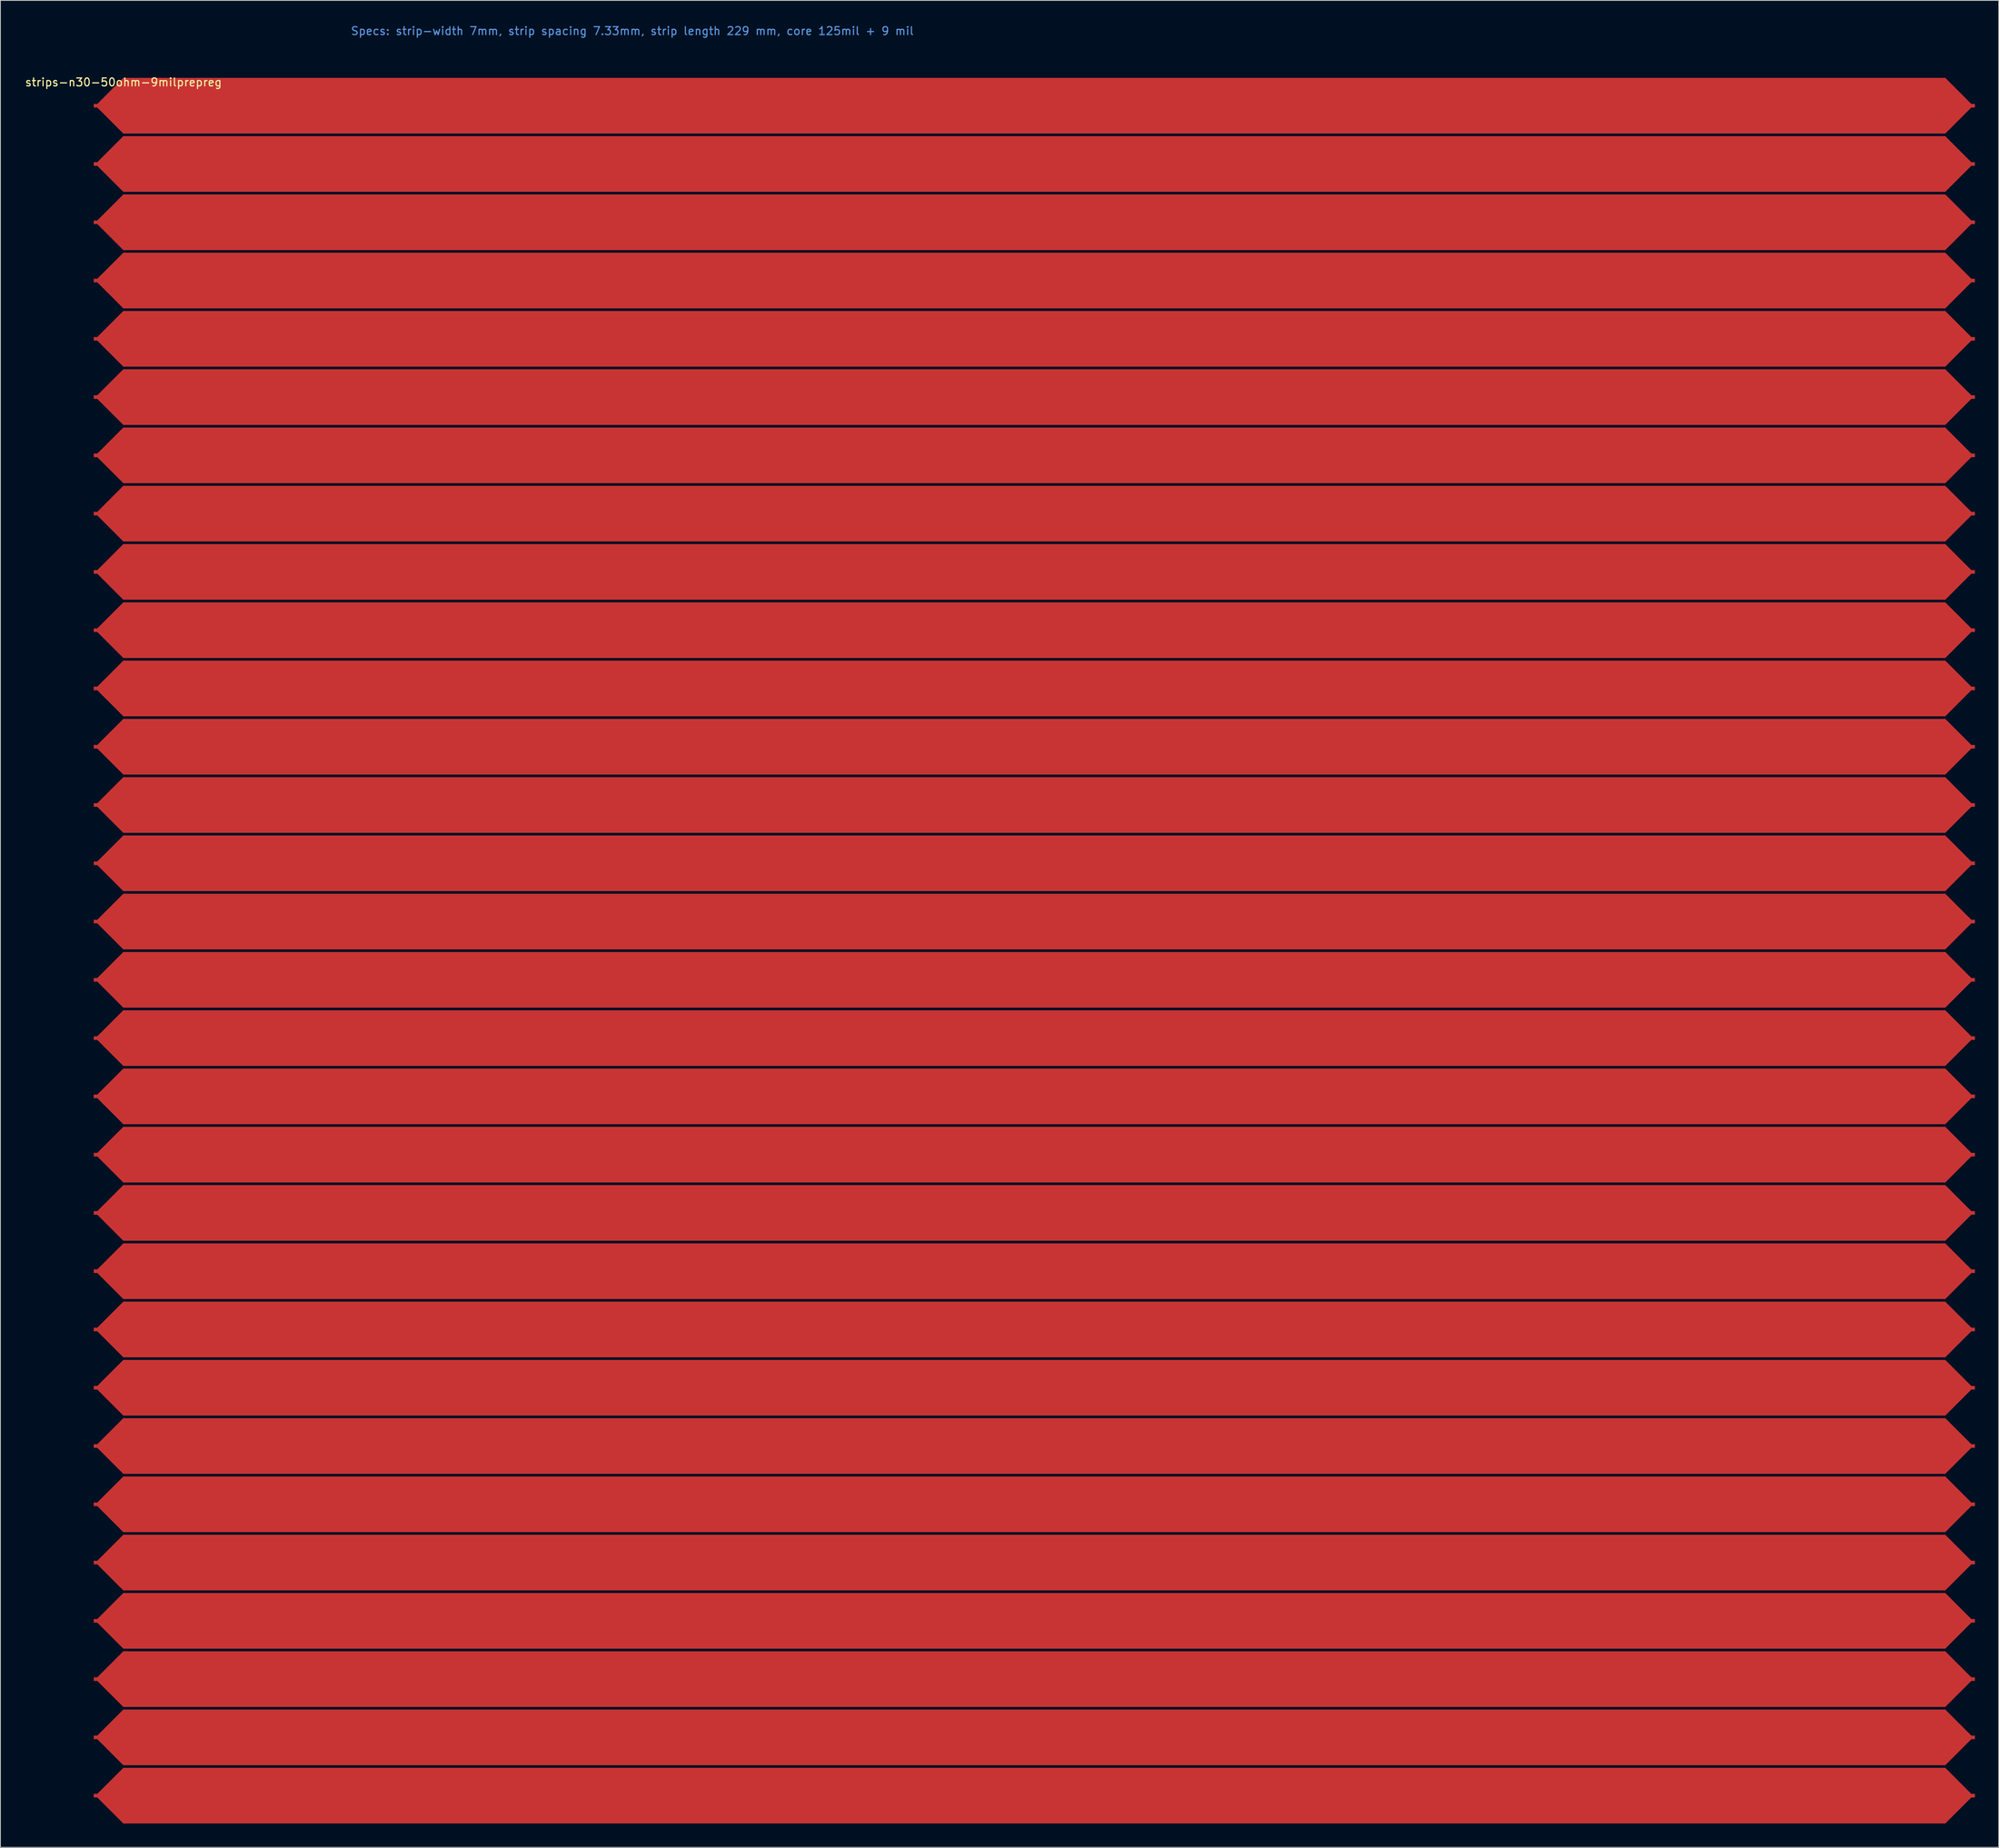
<source format=kicad_pcb>
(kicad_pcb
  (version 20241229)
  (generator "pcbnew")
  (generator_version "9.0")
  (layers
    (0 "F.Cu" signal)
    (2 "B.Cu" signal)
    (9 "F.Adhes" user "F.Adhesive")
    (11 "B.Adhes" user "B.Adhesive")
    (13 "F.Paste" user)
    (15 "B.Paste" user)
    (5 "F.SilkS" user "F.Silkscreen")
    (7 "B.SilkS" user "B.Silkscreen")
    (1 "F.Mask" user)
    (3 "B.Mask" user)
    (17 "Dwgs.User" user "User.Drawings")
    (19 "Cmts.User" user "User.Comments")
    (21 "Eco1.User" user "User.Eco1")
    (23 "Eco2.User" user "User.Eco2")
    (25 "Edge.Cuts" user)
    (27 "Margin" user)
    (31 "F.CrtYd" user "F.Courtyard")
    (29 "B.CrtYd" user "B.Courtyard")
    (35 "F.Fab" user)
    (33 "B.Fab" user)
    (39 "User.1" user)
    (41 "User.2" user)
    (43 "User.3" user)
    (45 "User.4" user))
  (footprint "strips-n30-50ohm-9milprepreg"
    (layer "F.Cu")
    (at 12.482 6.798)
    (property "Reference" "strips-n30-50ohm-9milprepreg" (at 0 0.5 0) (layer "F.SilkS") (effects (font (size 1 1) (thickness 0.15))))
    (attr through_hole)
    (fp_poly (pts (xy 0 0) (xy -3.45 3.45) (xy 0 6.9)) (stroke (width 0.1) (type solid)) (fill yes) (layer "F.Cu"))
    (fp_poly (pts (xy 0 7.33) (xy -3.45 10.78) (xy 0 14.23)) (stroke (width 0.1) (type solid)) (fill yes) (layer "F.Cu"))
    (fp_poly (pts (xy 0 14.66) (xy -3.45 18.11) (xy 0 21.56)) (stroke (width 0.1) (type solid)) (fill yes) (layer "F.Cu"))
    (fp_poly (pts (xy 0 21.99) (xy -3.45 25.44) (xy 0 28.89)) (stroke (width 0.1) (type solid)) (fill yes) (layer "F.Cu"))
    (fp_poly (pts (xy 0 29.32) (xy -3.45 32.77) (xy 0 36.22)) (stroke (width 0.1) (type solid)) (fill yes) (layer "F.Cu"))
    (fp_poly (pts (xy 0 36.65) (xy -3.45 40.1) (xy 0 43.55)) (stroke (width 0.1) (type solid)) (fill yes) (layer "F.Cu"))
    (fp_poly (pts (xy 0 43.98) (xy -3.45 47.43) (xy 0 50.88)) (stroke (width 0.1) (type solid)) (fill yes) (layer "F.Cu"))
    (fp_poly (pts (xy 0 51.31) (xy -3.45 54.76) (xy 0 58.21)) (stroke (width 0.1) (type solid)) (fill yes) (layer "F.Cu"))
    (fp_poly (pts (xy 0 58.64) (xy -3.45 62.09) (xy 0 65.54)) (stroke (width 0.1) (type solid)) (fill yes) (layer "F.Cu"))
    (fp_poly (pts (xy 0 65.97) (xy -3.45 69.42) (xy 0 72.87)) (stroke (width 0.1) (type solid)) (fill yes) (layer "F.Cu"))
    (fp_poly (pts (xy 0 73.3) (xy -3.45 76.75) (xy 0 80.2)) (stroke (width 0.1) (type solid)) (fill yes) (layer "F.Cu"))
    (fp_poly (pts (xy 0 80.63) (xy -3.45 84.08) (xy 0 87.53)) (stroke (width 0.1) (type solid)) (fill yes) (layer "F.Cu"))
    (fp_poly (pts (xy 0 87.96) (xy -3.45 91.41) (xy 0 94.86)) (stroke (width 0.1) (type solid)) (fill yes) (layer "F.Cu"))
    (fp_poly (pts (xy 0 95.29) (xy -3.45 98.74) (xy 0 102.19)) (stroke (width 0.1) (type solid)) (fill yes) (layer "F.Cu"))
    (fp_poly (pts (xy 0 102.62) (xy -3.45 106.07) (xy 0 109.52)) (stroke (width 0.1) (type solid)) (fill yes) (layer "F.Cu"))
    (fp_poly (pts (xy 0 109.95) (xy -3.45 113.4) (xy 0 116.85)) (stroke (width 0.1) (type solid)) (fill yes) (layer "F.Cu"))
    (fp_poly (pts (xy 0 117.28) (xy -3.45 120.73) (xy 0 124.18)) (stroke (width 0.1) (type solid)) (fill yes) (layer "F.Cu"))
    (fp_poly (pts (xy 0 124.61) (xy -3.45 128.06) (xy 0 131.51)) (stroke (width 0.1) (type solid)) (fill yes) (layer "F.Cu"))
    (fp_poly (pts (xy 0 131.94) (xy -3.45 135.39) (xy 0 138.84)) (stroke (width 0.1) (type solid)) (fill yes) (layer "F.Cu"))
    (fp_poly (pts (xy 0 139.27) (xy -3.45 142.72) (xy 0 146.17)) (stroke (width 0.1) (type solid)) (fill yes) (layer "F.Cu"))
    (fp_poly (pts (xy 0 146.6) (xy -3.45 150.05) (xy 0 153.5)) (stroke (width 0.1) (type solid)) (fill yes) (layer "F.Cu"))
    (fp_poly (pts (xy 0 153.93) (xy -3.45 157.38) (xy 0 160.83)) (stroke (width 0.1) (type solid)) (fill yes) (layer "F.Cu"))
    (fp_poly (pts (xy 0 161.26) (xy -3.45 164.71) (xy 0 168.16)) (stroke (width 0.1) (type solid)) (fill yes) (layer "F.Cu"))
    (fp_poly (pts (xy 0 168.59) (xy -3.45 172.04) (xy 0 175.49)) (stroke (width 0.1) (type solid)) (fill yes) (layer "F.Cu"))
    (fp_poly (pts (xy 0 175.92) (xy -3.45 179.37) (xy 0 182.82)) (stroke (width 0.1) (type solid)) (fill yes) (layer "F.Cu"))
    (fp_poly (pts (xy 0 183.25) (xy -3.45 186.7) (xy 0 190.15)) (stroke (width 0.1) (type solid)) (fill yes) (layer "F.Cu"))
    (fp_poly (pts (xy 0 190.58) (xy -3.45 194.03) (xy 0 197.48)) (stroke (width 0.1) (type solid)) (fill yes) (layer "F.Cu"))
    (fp_poly (pts (xy 0 197.91) (xy -3.45 201.36) (xy 0 204.81)) (stroke (width 0.1) (type solid)) (fill yes) (layer "F.Cu"))
    (fp_poly (pts (xy 0 205.24) (xy -3.45 208.69) (xy 0 212.14)) (stroke (width 0.1) (type solid)) (fill yes) (layer "F.Cu"))
    (fp_poly (pts (xy 0 212.57) (xy -3.45 216.02) (xy 0 219.47)) (stroke (width 0.1) (type solid)) (fill yes) (layer "F.Cu"))
    (fp_poly (pts (xy 229.1 6.9) (xy 232.55 3.45) (xy 229.1 0)) (stroke (width 0.1) (type solid)) (fill yes) (layer "F.Cu"))
    (fp_poly (pts (xy 229.1 14.23) (xy 232.55 10.78) (xy 229.1 7.33)) (stroke (width 0.1) (type solid)) (fill yes) (layer "F.Cu"))
    (fp_poly (pts (xy 229.1 21.56) (xy 232.55 18.11) (xy 229.1 14.66)) (stroke (width 0.1) (type solid)) (fill yes) (layer "F.Cu"))
    (fp_poly (pts (xy 229.1 28.89) (xy 232.55 25.44) (xy 229.1 21.99)) (stroke (width 0.1) (type solid)) (fill yes) (layer "F.Cu"))
    (fp_poly (pts (xy 229.1 36.22) (xy 232.55 32.77) (xy 229.1 29.32)) (stroke (width 0.1) (type solid)) (fill yes) (layer "F.Cu"))
    (fp_poly (pts (xy 229.1 43.55) (xy 232.55 40.1) (xy 229.1 36.65)) (stroke (width 0.1) (type solid)) (fill yes) (layer "F.Cu"))
    (fp_poly (pts (xy 229.1 50.88) (xy 232.55 47.43) (xy 229.1 43.98)) (stroke (width 0.1) (type solid)) (fill yes) (layer "F.Cu"))
    (fp_poly (pts (xy 229.1 58.21) (xy 232.55 54.76) (xy 229.1 51.31)) (stroke (width 0.1) (type solid)) (fill yes) (layer "F.Cu"))
    (fp_poly (pts (xy 229.1 65.54) (xy 232.55 62.09) (xy 229.1 58.64)) (stroke (width 0.1) (type solid)) (fill yes) (layer "F.Cu"))
    (fp_poly (pts (xy 229.1 72.87) (xy 232.55 69.42) (xy 229.1 65.97)) (stroke (width 0.1) (type solid)) (fill yes) (layer "F.Cu"))
    (fp_poly (pts (xy 229.1 80.2) (xy 232.55 76.75) (xy 229.1 73.3)) (stroke (width 0.1) (type solid)) (fill yes) (layer "F.Cu"))
    (fp_poly (pts (xy 229.1 87.53) (xy 232.55 84.08) (xy 229.1 80.63)) (stroke (width 0.1) (type solid)) (fill yes) (layer "F.Cu"))
    (fp_poly (pts (xy 229.1 94.86) (xy 232.55 91.41) (xy 229.1 87.96)) (stroke (width 0.1) (type solid)) (fill yes) (layer "F.Cu"))
    (fp_poly (pts (xy 229.1 102.19) (xy 232.55 98.74) (xy 229.1 95.29)) (stroke (width 0.1) (type solid)) (fill yes) (layer "F.Cu"))
    (fp_poly (pts (xy 229.1 109.52) (xy 232.55 106.07) (xy 229.1 102.62)) (stroke (width 0.1) (type solid)) (fill yes) (layer "F.Cu"))
    (fp_poly (pts (xy 229.1 116.85) (xy 232.55 113.4) (xy 229.1 109.95)) (stroke (width 0.1) (type solid)) (fill yes) (layer "F.Cu"))
    (fp_poly (pts (xy 229.1 124.18) (xy 232.55 120.73) (xy 229.1 117.28)) (stroke (width 0.1) (type solid)) (fill yes) (layer "F.Cu"))
    (fp_poly (pts (xy 229.1 131.51) (xy 232.55 128.06) (xy 229.1 124.61)) (stroke (width 0.1) (type solid)) (fill yes) (layer "F.Cu"))
    (fp_poly (pts (xy 229.1 138.84) (xy 232.55 135.39) (xy 229.1 131.94)) (stroke (width 0.1) (type solid)) (fill yes) (layer "F.Cu"))
    (fp_poly (pts (xy 229.1 146.17) (xy 232.55 142.72) (xy 229.1 139.27)) (stroke (width 0.1) (type solid)) (fill yes) (layer "F.Cu"))
    (fp_poly (pts (xy 229.1 153.5) (xy 232.55 150.05) (xy 229.1 146.6)) (stroke (width 0.1) (type solid)) (fill yes) (layer "F.Cu"))
    (fp_poly (pts (xy 229.1 160.83) (xy 232.55 157.38) (xy 229.1 153.93)) (stroke (width 0.1) (type solid)) (fill yes) (layer "F.Cu"))
    (fp_poly (pts (xy 229.1 168.16) (xy 232.55 164.71) (xy 229.1 161.26)) (stroke (width 0.1) (type solid)) (fill yes) (layer "F.Cu"))
    (fp_poly (pts (xy 229.1 175.49) (xy 232.55 172.04) (xy 229.1 168.59)) (stroke (width 0.1) (type solid)) (fill yes) (layer "F.Cu"))
    (fp_poly (pts (xy 229.1 182.82) (xy 232.55 179.37) (xy 229.1 175.92)) (stroke (width 0.1) (type solid)) (fill yes) (layer "F.Cu"))
    (fp_poly (pts (xy 229.1 190.15) (xy 232.55 186.7) (xy 229.1 183.25)) (stroke (width 0.1) (type solid)) (fill yes) (layer "F.Cu"))
    (fp_poly (pts (xy 229.1 197.48) (xy 232.55 194.03) (xy 229.1 190.58)) (stroke (width 0.1) (type solid)) (fill yes) (layer "F.Cu"))
    (fp_poly (pts (xy 229.1 204.81) (xy 232.55 201.36) (xy 229.1 197.91)) (stroke (width 0.1) (type solid)) (fill yes) (layer "F.Cu"))
    (fp_poly (pts (xy 229.1 212.14) (xy 232.55 208.69) (xy 229.1 205.24)) (stroke (width 0.1) (type solid)) (fill yes) (layer "F.Cu"))
    (fp_poly (pts (xy 229.1 219.47) (xy 232.55 216.02) (xy 229.1 212.57)) (stroke (width 0.1) (type solid)) (fill yes) (layer "F.Cu"))
    (fp_poly (pts (xy 0 6.9) (xy 0 0) (xy 229.1 0) (xy 229.1 6.9)) (stroke (width 0.1) (type solid)) (fill yes) (layer "F.Cu"))
    (fp_poly (pts (xy 0 14.23) (xy 0 7.33) (xy 229.1 7.33) (xy 229.1 14.23)) (stroke (width 0.1) (type solid)) (fill yes) (layer "F.Cu"))
    (fp_poly (pts (xy 0 21.56) (xy 0 14.66) (xy 229.1 14.66) (xy 229.1 21.56)) (stroke (width 0.1) (type solid)) (fill yes) (layer "F.Cu"))
    (fp_poly (pts (xy 0 28.89) (xy 0 21.99) (xy 229.1 21.99) (xy 229.1 28.89)) (stroke (width 0.1) (type solid)) (fill yes) (layer "F.Cu"))
    (fp_poly (pts (xy 0 36.22) (xy 0 29.32) (xy 229.1 29.32) (xy 229.1 36.22)) (stroke (width 0.1) (type solid)) (fill yes) (layer "F.Cu"))
    (fp_poly (pts (xy 0 43.55) (xy 0 36.65) (xy 229.1 36.65) (xy 229.1 43.55)) (stroke (width 0.1) (type solid)) (fill yes) (layer "F.Cu"))
    (fp_poly (pts (xy 0 50.88) (xy 0 43.98) (xy 229.1 43.98) (xy 229.1 50.88)) (stroke (width 0.1) (type solid)) (fill yes) (layer "F.Cu"))
    (fp_poly (pts (xy 0 58.21) (xy 0 51.31) (xy 229.1 51.31) (xy 229.1 58.21)) (stroke (width 0.1) (type solid)) (fill yes) (layer "F.Cu"))
    (fp_poly (pts (xy 0 65.54) (xy 0 58.64) (xy 229.1 58.64) (xy 229.1 65.54)) (stroke (width 0.1) (type solid)) (fill yes) (layer "F.Cu"))
    (fp_poly (pts (xy 0 72.87) (xy 0 65.97) (xy 229.1 65.97) (xy 229.1 72.87)) (stroke (width 0.1) (type solid)) (fill yes) (layer "F.Cu"))
    (fp_poly (pts (xy 0 80.2) (xy 0 73.3) (xy 229.1 73.3) (xy 229.1 80.2)) (stroke (width 0.1) (type solid)) (fill yes) (layer "F.Cu"))
    (fp_poly (pts (xy 0 87.53) (xy 0 80.63) (xy 229.1 80.63) (xy 229.1 87.53)) (stroke (width 0.1) (type solid)) (fill yes) (layer "F.Cu"))
    (fp_poly (pts (xy 0 94.86) (xy 0 87.96) (xy 229.1 87.96) (xy 229.1 94.86)) (stroke (width 0.1) (type solid)) (fill yes) (layer "F.Cu"))
    (fp_poly (pts (xy 0 102.19) (xy 0 95.29) (xy 229.1 95.29) (xy 229.1 102.19)) (stroke (width 0.1) (type solid)) (fill yes) (layer "F.Cu"))
    (fp_poly (pts (xy 0 109.52) (xy 0 102.62) (xy 229.1 102.62) (xy 229.1 109.52)) (stroke (width 0.1) (type solid)) (fill yes) (layer "F.Cu"))
    (fp_poly (pts (xy 0 116.85) (xy 0 109.95) (xy 229.1 109.95) (xy 229.1 116.85)) (stroke (width 0.1) (type solid)) (fill yes) (layer "F.Cu"))
    (fp_poly (pts (xy 0 124.18) (xy 0 117.28) (xy 229.1 117.28) (xy 229.1 124.18)) (stroke (width 0.1) (type solid)) (fill yes) (layer "F.Cu"))
    (fp_poly (pts (xy 0 131.51) (xy 0 124.61) (xy 229.1 124.61) (xy 229.1 131.51)) (stroke (width 0.1) (type solid)) (fill yes) (layer "F.Cu"))
    (fp_poly (pts (xy 0 138.84) (xy 0 131.94) (xy 229.1 131.94) (xy 229.1 138.84)) (stroke (width 0.1) (type solid)) (fill yes) (layer "F.Cu"))
    (fp_poly (pts (xy 0 146.17) (xy 0 139.27) (xy 229.1 139.27) (xy 229.1 146.17)) (stroke (width 0.1) (type solid)) (fill yes) (layer "F.Cu"))
    (fp_poly (pts (xy 0 153.5) (xy 0 146.6) (xy 229.1 146.6) (xy 229.1 153.5)) (stroke (width 0.1) (type solid)) (fill yes) (layer "F.Cu"))
    (fp_poly (pts (xy 0 160.83) (xy 0 153.93) (xy 229.1 153.93) (xy 229.1 160.83)) (stroke (width 0.1) (type solid)) (fill yes) (layer "F.Cu"))
    (fp_poly (pts (xy 0 168.16) (xy 0 161.26) (xy 229.1 161.26) (xy 229.1 168.16)) (stroke (width 0.1) (type solid)) (fill yes) (layer "F.Cu"))
    (fp_poly (pts (xy 0 175.49) (xy 0 168.59) (xy 229.1 168.59) (xy 229.1 175.49)) (stroke (width 0.1) (type solid)) (fill yes) (layer "F.Cu"))
    (fp_poly (pts (xy 0 182.82) (xy 0 175.92) (xy 229.1 175.92) (xy 229.1 182.82)) (stroke (width 0.1) (type solid)) (fill yes) (layer "F.Cu"))
    (fp_poly (pts (xy 0 190.15) (xy 0 183.25) (xy 229.1 183.25) (xy 229.1 190.15)) (stroke (width 0.1) (type solid)) (fill yes) (layer "F.Cu"))
    (fp_poly (pts (xy 0 197.48) (xy 0 190.58) (xy 229.1 190.58) (xy 229.1 197.48)) (stroke (width 0.1) (type solid)) (fill yes) (layer "F.Cu"))
    (fp_poly (pts (xy 0 204.81) (xy 0 197.91) (xy 229.1 197.91) (xy 229.1 204.81)) (stroke (width 0.1) (type solid)) (fill yes) (layer "F.Cu"))
    (fp_poly (pts (xy 0 212.14) (xy 0 205.24) (xy 229.1 205.24) (xy 229.1 212.14)) (stroke (width 0.1) (type solid)) (fill yes) (layer "F.Cu"))
    (fp_poly (pts (xy 0 219.47) (xy 0 212.57) (xy 229.1 212.57) (xy 229.1 219.47)) (stroke (width 0.1) (type solid)) (fill yes) (layer "F.Cu"))
    (fp_text user "Specs: strip-width 7mm, strip spacing 7.33mm, strip length 229 mm, core 125mil + 9 mil" (at 64 -5.95 0) (layer "Cmts.User") (effects (font (size 1 1) (thickness 0.15))))
    (pad "1" smd rect (at -3.52 216.02) (size 0.45 0.45) (layers "F.Cu" "F.Mask" "F.Paste"))
    (pad "2" smd rect (at 232.62 216.02) (size 0.45 0.45) (layers "F.Cu" "F.Mask" "F.Paste"))
    (pad "3" smd rect (at -3.52 208.69) (size 0.45 0.45) (layers "F.Cu" "F.Mask" "F.Paste"))
    (pad "4" smd rect (at 232.62 208.69) (size 0.45 0.45) (layers "F.Cu" "F.Mask" "F.Paste"))
    (pad "5" smd rect (at -3.52 201.36) (size 0.45 0.45) (layers "F.Cu" "F.Mask" "F.Paste"))
    (pad "6" smd rect (at 232.62 201.36) (size 0.45 0.45) (layers "F.Cu" "F.Mask" "F.Paste"))
    (pad "7" smd rect (at -3.52 194.03) (size 0.45 0.45) (layers "F.Cu" "F.Mask" "F.Paste"))
    (pad "8" smd rect (at 232.62 194.03) (size 0.45 0.45) (layers "F.Cu" "F.Mask" "F.Paste"))
    (pad "9" smd rect (at -3.52 186.7) (size 0.45 0.45) (layers "F.Cu" "F.Mask" "F.Paste"))
    (pad "10" smd rect (at 232.62 186.7) (size 0.45 0.45) (layers "F.Cu" "F.Mask" "F.Paste"))
    (pad "11" smd rect (at -3.52 179.37) (size 0.45 0.45) (layers "F.Cu" "F.Mask" "F.Paste"))
    (pad "12" smd rect (at 232.62 179.37) (size 0.45 0.45) (layers "F.Cu" "F.Mask" "F.Paste"))
    (pad "13" smd rect (at -3.52 172.04) (size 0.45 0.45) (layers "F.Cu" "F.Mask" "F.Paste"))
    (pad "14" smd rect (at 232.62 172.04) (size 0.45 0.45) (layers "F.Cu" "F.Mask" "F.Paste"))
    (pad "15" smd rect (at -3.52 164.71) (size 0.45 0.45) (layers "F.Cu" "F.Mask" "F.Paste"))
    (pad "16" smd rect (at 232.62 164.71) (size 0.45 0.45) (layers "F.Cu" "F.Mask" "F.Paste"))
    (pad "17" smd rect (at -3.52 157.38) (size 0.45 0.45) (layers "F.Cu" "F.Mask" "F.Paste"))
    (pad "18" smd rect (at 232.62 157.38) (size 0.45 0.45) (layers "F.Cu" "F.Mask" "F.Paste"))
    (pad "19" smd rect (at -3.52 150.05) (size 0.45 0.45) (layers "F.Cu" "F.Mask" "F.Paste"))
    (pad "20" smd rect (at 232.62 150.05) (size 0.45 0.45) (layers "F.Cu" "F.Mask" "F.Paste"))
    (pad "21" smd rect (at -3.52 142.72) (size 0.45 0.45) (layers "F.Cu" "F.Mask" "F.Paste"))
    (pad "22" smd rect (at 232.62 142.72) (size 0.45 0.45) (layers "F.Cu" "F.Mask" "F.Paste"))
    (pad "23" smd rect (at -3.52 135.39) (size 0.45 0.45) (layers "F.Cu" "F.Mask" "F.Paste"))
    (pad "24" smd rect (at 232.62 135.39) (size 0.45 0.45) (layers "F.Cu" "F.Mask" "F.Paste"))
    (pad "25" smd rect (at -3.52 128.06) (size 0.45 0.45) (layers "F.Cu" "F.Mask" "F.Paste"))
    (pad "26" smd rect (at 232.62 128.06) (size 0.45 0.45) (layers "F.Cu" "F.Mask" "F.Paste"))
    (pad "27" smd rect (at -3.52 120.73) (size 0.45 0.45) (layers "F.Cu" "F.Mask" "F.Paste"))
    (pad "28" smd rect (at 232.62 120.73) (size 0.45 0.45) (layers "F.Cu" "F.Mask" "F.Paste"))
    (pad "29" smd rect (at -3.52 113.4) (size 0.45 0.45) (layers "F.Cu" "F.Mask" "F.Paste"))
    (pad "30" smd rect (at 232.62 113.4) (size 0.45 0.45) (layers "F.Cu" "F.Mask" "F.Paste"))
    (pad "31" smd rect (at -3.52 106.07) (size 0.45 0.45) (layers "F.Cu" "F.Mask" "F.Paste"))
    (pad "32" smd rect (at 232.62 106.07) (size 0.45 0.45) (layers "F.Cu" "F.Mask" "F.Paste"))
    (pad "33" smd rect (at -3.52 98.74) (size 0.45 0.45) (layers "F.Cu" "F.Mask" "F.Paste"))
    (pad "34" smd rect (at 232.62 98.74) (size 0.45 0.45) (layers "F.Cu" "F.Mask" "F.Paste"))
    (pad "35" smd rect (at -3.52 91.41) (size 0.45 0.45) (layers "F.Cu" "F.Mask" "F.Paste"))
    (pad "36" smd rect (at 232.62 91.41) (size 0.45 0.45) (layers "F.Cu" "F.Mask" "F.Paste"))
    (pad "37" smd rect (at -3.52 84.08) (size 0.45 0.45) (layers "F.Cu" "F.Mask" "F.Paste"))
    (pad "38" smd rect (at 232.62 84.08) (size 0.45 0.45) (layers "F.Cu" "F.Mask" "F.Paste"))
    (pad "39" smd rect (at -3.52 76.75) (size 0.45 0.45) (layers "F.Cu" "F.Mask" "F.Paste"))
    (pad "40" smd rect (at 232.62 76.75) (size 0.45 0.45) (layers "F.Cu" "F.Mask" "F.Paste"))
    (pad "41" smd rect (at -3.52 69.42) (size 0.45 0.45) (layers "F.Cu" "F.Mask" "F.Paste"))
    (pad "42" smd rect (at 232.62 69.42) (size 0.45 0.45) (layers "F.Cu" "F.Mask" "F.Paste"))
    (pad "43" smd rect (at -3.52 62.09) (size 0.45 0.45) (layers "F.Cu" "F.Mask" "F.Paste"))
    (pad "44" smd rect (at 232.62 62.09) (size 0.45 0.45) (layers "F.Cu" "F.Mask" "F.Paste"))
    (pad "45" smd rect (at -3.52 54.76) (size 0.45 0.45) (layers "F.Cu" "F.Mask" "F.Paste"))
    (pad "46" smd rect (at 232.62 54.76) (size 0.45 0.45) (layers "F.Cu" "F.Mask" "F.Paste"))
    (pad "47" smd rect (at -3.52 47.43) (size 0.45 0.45) (layers "F.Cu" "F.Mask" "F.Paste"))
    (pad "48" smd rect (at 232.62 47.43) (size 0.45 0.45) (layers "F.Cu" "F.Mask" "F.Paste"))
    (pad "49" smd rect (at -3.52 40.1) (size 0.45 0.45) (layers "F.Cu" "F.Mask" "F.Paste"))
    (pad "50" smd rect (at 232.62 40.1) (size 0.45 0.45) (layers "F.Cu" "F.Mask" "F.Paste"))
    (pad "51" smd rect (at -3.52 32.77) (size 0.45 0.45) (layers "F.Cu" "F.Mask" "F.Paste"))
    (pad "52" smd rect (at 232.62 32.77) (size 0.45 0.45) (layers "F.Cu" "F.Mask" "F.Paste"))
    (pad "53" smd rect (at -3.52 25.44) (size 0.45 0.45) (layers "F.Cu" "F.Mask" "F.Paste"))
    (pad "54" smd rect (at 232.62 25.44) (size 0.45 0.45) (layers "F.Cu" "F.Mask" "F.Paste"))
    (pad "55" smd rect (at -3.52 18.11) (size 0.45 0.45) (layers "F.Cu" "F.Mask" "F.Paste"))
    (pad "56" smd rect (at 232.62 18.11) (size 0.45 0.45) (layers "F.Cu" "F.Mask" "F.Paste"))
    (pad "57" smd rect (at -3.52 10.78) (size 0.45 0.45) (layers "F.Cu" "F.Mask" "F.Paste"))
    (pad "58" smd rect (at 232.62 10.78) (size 0.45 0.45) (layers "F.Cu" "F.Mask" "F.Paste"))
    (pad "59" smd rect (at -3.52 3.45) (size 0.45 0.45) (layers "F.Cu" "F.Mask" "F.Paste"))
    (pad "60" smd rect (at 232.62 3.45) (size 0.45 0.45) (layers "F.Cu" "F.Mask" "F.Paste")))
  (gr_rect
    (start -3 -3)
    (end 248.327 229.318)
    (stroke (width 0.1) (type default))
    (fill no)
    (layer "Edge.Cuts")))
</source>
